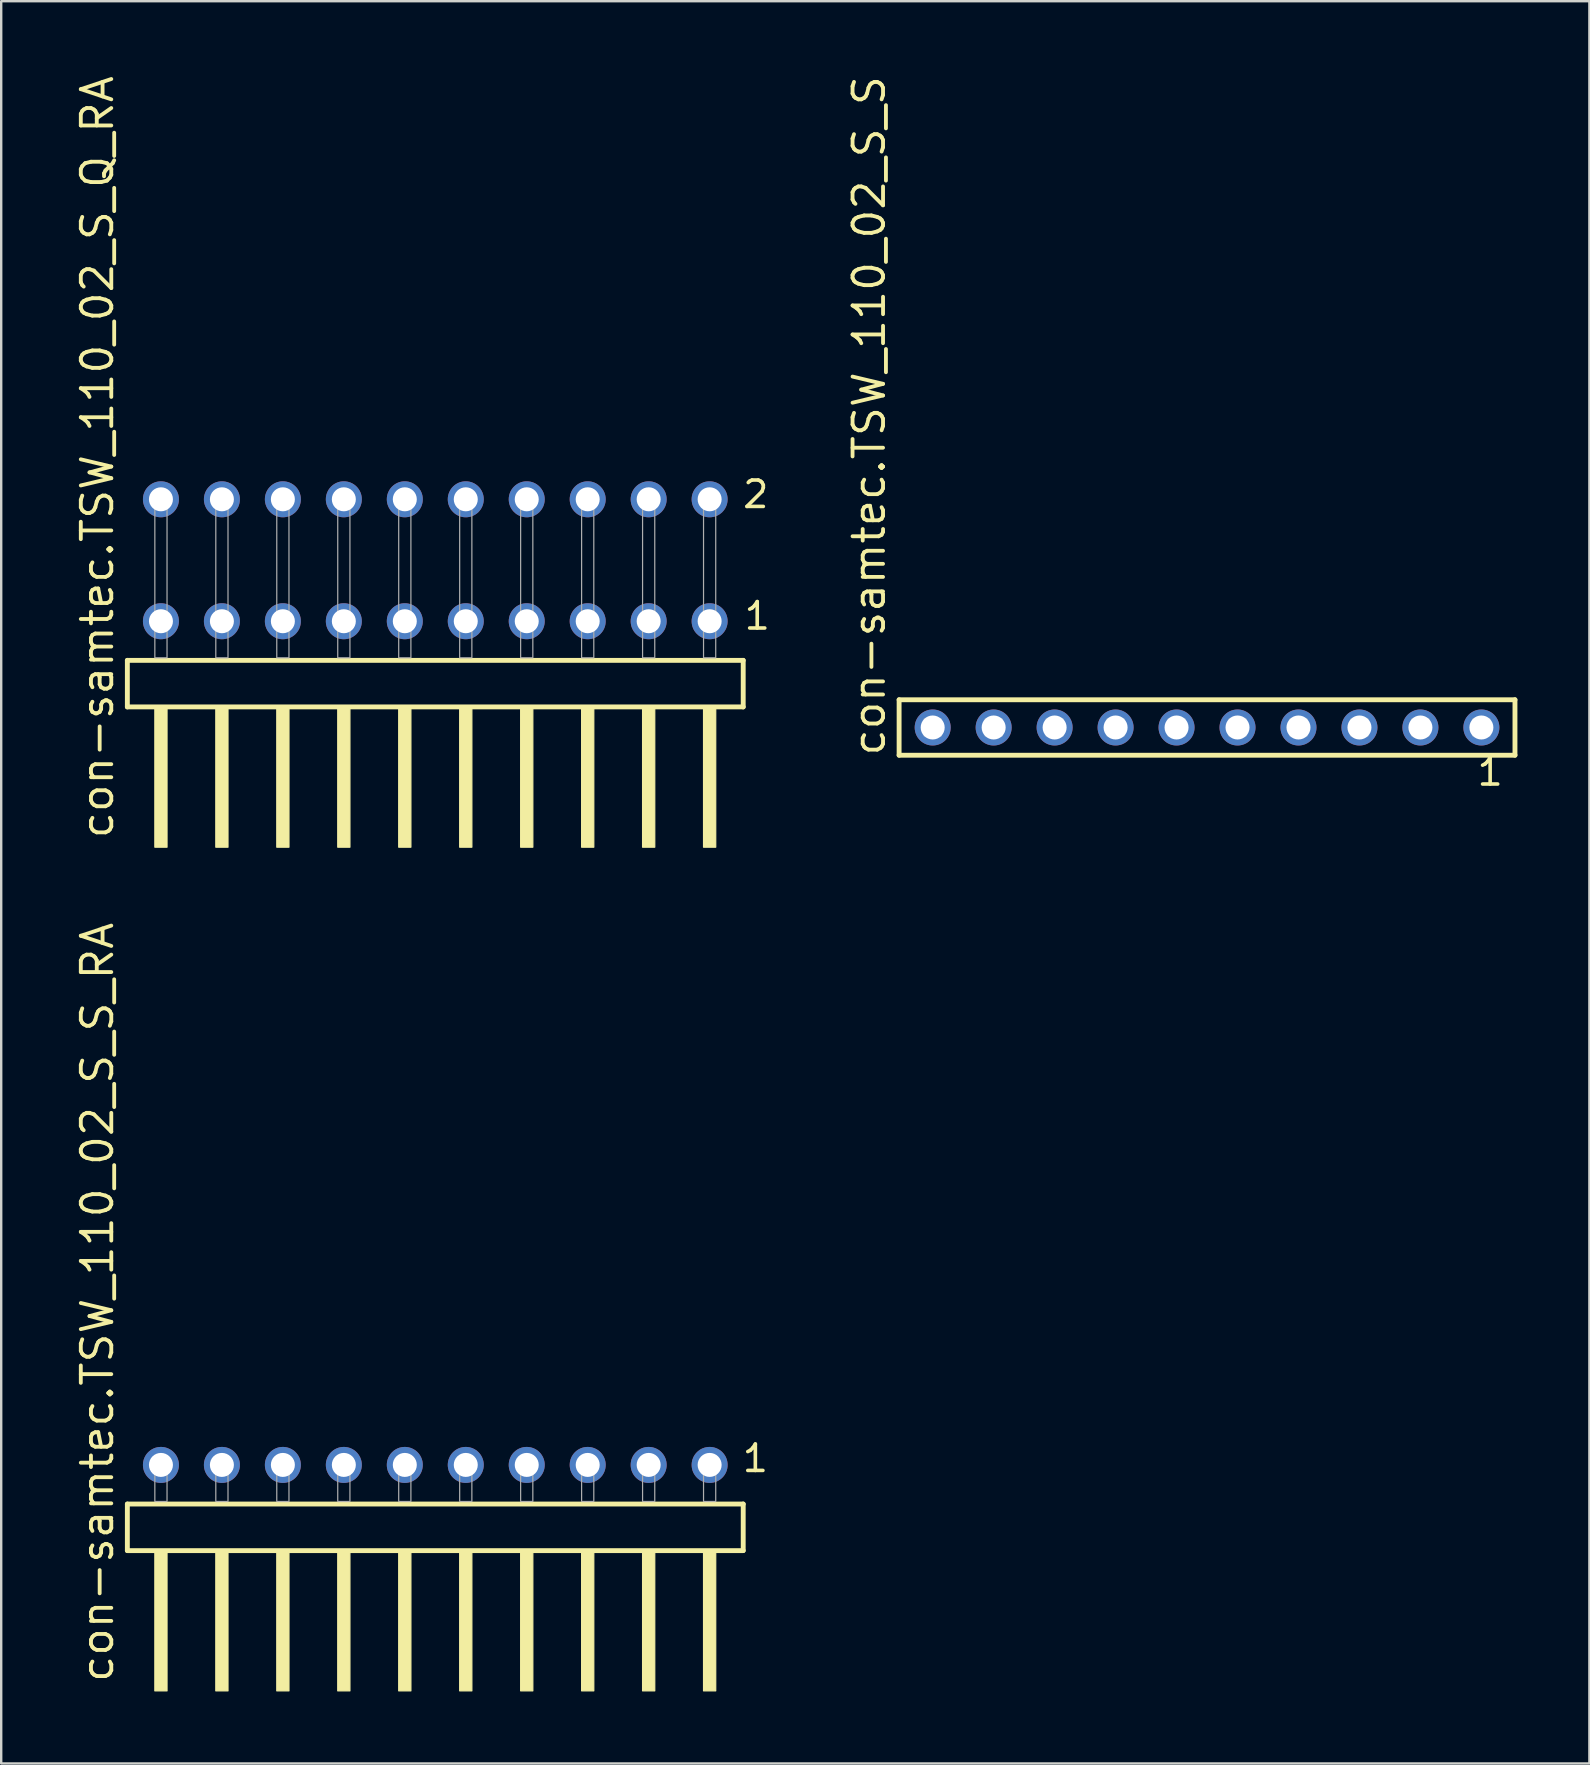
<source format=kicad_pcb>
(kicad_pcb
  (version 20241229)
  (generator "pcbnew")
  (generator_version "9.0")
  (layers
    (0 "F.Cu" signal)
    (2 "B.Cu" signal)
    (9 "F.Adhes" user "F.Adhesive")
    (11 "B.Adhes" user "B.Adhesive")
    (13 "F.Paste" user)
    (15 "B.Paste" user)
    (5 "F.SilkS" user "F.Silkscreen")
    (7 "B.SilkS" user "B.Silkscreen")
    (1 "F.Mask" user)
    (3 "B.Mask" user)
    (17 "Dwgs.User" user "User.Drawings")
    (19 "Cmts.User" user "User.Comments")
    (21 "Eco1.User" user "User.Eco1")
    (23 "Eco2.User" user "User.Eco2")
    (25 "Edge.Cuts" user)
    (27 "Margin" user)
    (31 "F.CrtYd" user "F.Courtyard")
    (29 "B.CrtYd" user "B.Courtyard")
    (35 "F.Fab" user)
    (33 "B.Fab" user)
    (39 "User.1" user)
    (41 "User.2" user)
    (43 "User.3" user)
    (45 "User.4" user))
  (footprint "con-samtec.TSW_110_02_S_S"
    (layer "F.Cu")
    (at 47.238 27.259)
    (property "Reference" "con-samtec.TSW_110_02_S_S" (at -13.335 1.27 90) (layer "F.SilkS") (effects (font (size 1.27 1.27) (thickness 0.16)) (justify left bottom)))
    (attr through_hole)
    (fp_line (start -12.829 -1.155) (end 12.829 -1.155) (stroke (width 0.203) (type default)) (layer "F.SilkS"))
    (fp_line (start -12.829 1.155) (end -12.829 -1.155) (stroke (width 0.203) (type default)) (layer "F.SilkS"))
    (fp_line (start 12.829 -1.155) (end 12.829 1.155) (stroke (width 0.203) (type default)) (layer "F.SilkS"))
    (fp_line (start 12.829 1.155) (end -12.829 1.155) (stroke (width 0.203) (type default)) (layer "F.SilkS"))
    (fp_rect (start -11.78 0.35) (end -11.08 -0.35) (stroke (width 0.05) (type default)) (fill no) (layer "F.Fab"))
    (fp_rect (start -9.24 0.35) (end -8.54 -0.35) (stroke (width 0.05) (type default)) (fill no) (layer "F.Fab"))
    (fp_rect (start -6.7 0.35) (end -6 -0.35) (stroke (width 0.05) (type default)) (fill no) (layer "F.Fab"))
    (fp_rect (start -4.16 0.35) (end -3.46 -0.35) (stroke (width 0.05) (type default)) (fill no) (layer "F.Fab"))
    (fp_rect (start -1.62 0.35) (end -0.92 -0.35) (stroke (width 0.05) (type default)) (fill no) (layer "F.Fab"))
    (fp_rect (start 0.92 0.35) (end 1.62 -0.35) (stroke (width 0.05) (type default)) (fill no) (layer "F.Fab"))
    (fp_rect (start 3.46 0.35) (end 4.16 -0.35) (stroke (width 0.05) (type default)) (fill no) (layer "F.Fab"))
    (fp_rect (start 6 0.35) (end 6.7 -0.35) (stroke (width 0.05) (type default)) (fill no) (layer "F.Fab"))
    (fp_rect (start 8.54 0.35) (end 9.24 -0.35) (stroke (width 0.05) (type default)) (fill no) (layer "F.Fab"))
    (fp_rect (start 11.08 0.35) (end 11.78 -0.35) (stroke (width 0.05) (type default)) (fill no) (layer "F.Fab"))
    (fp_text user "1" (at 11.172 2.498 0) (layer "F.SilkS") (effects (font (size 1.1 1.1) (thickness 0.15)) (justify left bottom)))
    (pad "1" thru_hole circle (at 11.43 0 180) (size 1.5 1.5) (drill 1) (layers "*.Cu" "*.Mask"))
    (pad "2" thru_hole circle (at 8.89 0 180) (size 1.5 1.5) (drill 1) (layers "*.Cu" "*.Mask"))
    (pad "3" thru_hole circle (at 6.35 0 180) (size 1.5 1.5) (drill 1) (layers "*.Cu" "*.Mask"))
    (pad "4" thru_hole circle (at 3.81 0 180) (size 1.5 1.5) (drill 1) (layers "*.Cu" "*.Mask"))
    (pad "5" thru_hole circle (at 1.27 0 180) (size 1.5 1.5) (drill 1) (layers "*.Cu" "*.Mask"))
    (pad "6" thru_hole circle (at -1.27 0 180) (size 1.5 1.5) (drill 1) (layers "*.Cu" "*.Mask"))
    (pad "7" thru_hole circle (at -3.81 0 180) (size 1.5 1.5) (drill 1) (layers "*.Cu" "*.Mask"))
    (pad "8" thru_hole circle (at -6.35 0 180) (size 1.5 1.5) (drill 1) (layers "*.Cu" "*.Mask"))
    (pad "9" thru_hole circle (at -8.89 0 180) (size 1.5 1.5) (drill 1) (layers "*.Cu" "*.Mask"))
    (pad "10" thru_hole circle (at -11.43 0 180) (size 1.5 1.5) (drill 1) (layers "*.Cu" "*.Mask")))
  (footprint "con-samtec.TSW_110_02_S_Q_RA"
    (layer "F.Cu")
    (at 15.085 24.356)
    (property "Reference" "con-samtec.TSW_110_02_S_Q_RA" (at -13.335 7.62 90) (layer "F.SilkS") (effects (font (size 1.27 1.27) (thickness 0.16)) (justify left bottom)))
    (attr through_hole)
    (fp_line (start -12.829 0.106) (end -12.829 2.046) (stroke (width 0.203) (type default)) (layer "F.SilkS"))
    (fp_line (start -12.829 2.046) (end 12.829 2.046) (stroke (width 0.203) (type default)) (layer "F.SilkS"))
    (fp_line (start 12.829 0.106) (end -12.829 0.106) (stroke (width 0.203) (type default)) (layer "F.SilkS"))
    (fp_line (start 12.829 2.046) (end 12.829 0.106) (stroke (width 0.203) (type default)) (layer "F.SilkS"))
    (fp_rect (start -11.684 7.89) (end -11.176 2.04) (stroke (width 0.05) (type default)) (fill yes) (layer "F.SilkS"))
    (fp_rect (start -9.144 7.89) (end -8.636 2.04) (stroke (width 0.05) (type default)) (fill yes) (layer "F.SilkS"))
    (fp_rect (start -6.604 7.89) (end -6.096 2.04) (stroke (width 0.05) (type default)) (fill yes) (layer "F.SilkS"))
    (fp_rect (start -4.064 7.89) (end -3.556 2.04) (stroke (width 0.05) (type default)) (fill yes) (layer "F.SilkS"))
    (fp_rect (start -1.524 7.89) (end -1.016 2.04) (stroke (width 0.05) (type default)) (fill yes) (layer "F.SilkS"))
    (fp_rect (start 1.016 7.89) (end 1.524 2.04) (stroke (width 0.05) (type default)) (fill yes) (layer "F.SilkS"))
    (fp_rect (start 3.556 7.89) (end 4.064 2.04) (stroke (width 0.05) (type default)) (fill yes) (layer "F.SilkS"))
    (fp_rect (start 6.096 7.89) (end 6.604 2.04) (stroke (width 0.05) (type default)) (fill yes) (layer "F.SilkS"))
    (fp_rect (start 8.636 7.89) (end 9.144 2.04) (stroke (width 0.05) (type default)) (fill yes) (layer "F.SilkS"))
    (fp_rect (start 11.176 7.89) (end 11.684 2.04) (stroke (width 0.05) (type default)) (fill yes) (layer "F.SilkS"))
    (fp_rect (start -11.684 0) (end -11.176 -6.858) (stroke (width 0.05) (type default)) (fill no) (layer "F.Fab"))
    (fp_rect (start -9.144 0) (end -8.636 -6.858) (stroke (width 0.05) (type default)) (fill no) (layer "F.Fab"))
    (fp_rect (start -6.604 0) (end -6.096 -6.858) (stroke (width 0.05) (type default)) (fill no) (layer "F.Fab"))
    (fp_rect (start -4.064 0) (end -3.556 -6.858) (stroke (width 0.05) (type default)) (fill no) (layer "F.Fab"))
    (fp_rect (start -1.524 0) (end -1.016 -6.858) (stroke (width 0.05) (type default)) (fill no) (layer "F.Fab"))
    (fp_rect (start 1.016 0) (end 1.524 -6.858) (stroke (width 0.05) (type default)) (fill no) (layer "F.Fab"))
    (fp_rect (start 3.556 0) (end 4.064 -6.858) (stroke (width 0.05) (type default)) (fill no) (layer "F.Fab"))
    (fp_rect (start 6.096 0) (end 6.604 -6.858) (stroke (width 0.05) (type default)) (fill no) (layer "F.Fab"))
    (fp_rect (start 8.636 0) (end 9.144 -6.858) (stroke (width 0.05) (type default)) (fill no) (layer "F.Fab"))
    (fp_rect (start 11.176 0) (end 11.684 -6.858) (stroke (width 0.05) (type default)) (fill no) (layer "F.Fab"))
    (fp_text user "1" (at 12.79 -1.1 0) (layer "F.SilkS") (effects (font (size 1.1 1.1) (thickness 0.15)) (justify left bottom)))
    (fp_text user "2" (at 12.73 -6.165 0) (layer "F.SilkS") (effects (font (size 1.1 1.1) (thickness 0.15)) (justify left bottom)))
    (pad "1" thru_hole circle (at 11.43 -1.524 180) (size 1.5 1.5) (drill 1) (layers "*.Cu" "*.Mask"))
    (pad "2" thru_hole circle (at 11.43 -6.604 180) (size 1.5 1.5) (drill 1) (layers "*.Cu" "*.Mask"))
    (pad "3" thru_hole circle (at 8.89 -1.524 180) (size 1.5 1.5) (drill 1) (layers "*.Cu" "*.Mask"))
    (pad "4" thru_hole circle (at 8.89 -6.604 180) (size 1.5 1.5) (drill 1) (layers "*.Cu" "*.Mask"))
    (pad "5" thru_hole circle (at 6.35 -1.524 180) (size 1.5 1.5) (drill 1) (layers "*.Cu" "*.Mask"))
    (pad "6" thru_hole circle (at 6.35 -6.604 180) (size 1.5 1.5) (drill 1) (layers "*.Cu" "*.Mask"))
    (pad "7" thru_hole circle (at 3.81 -1.524 180) (size 1.5 1.5) (drill 1) (layers "*.Cu" "*.Mask"))
    (pad "8" thru_hole circle (at 3.81 -6.604 180) (size 1.5 1.5) (drill 1) (layers "*.Cu" "*.Mask"))
    (pad "9" thru_hole circle (at 1.27 -1.524 180) (size 1.5 1.5) (drill 1) (layers "*.Cu" "*.Mask"))
    (pad "10" thru_hole circle (at 1.27 -6.604 180) (size 1.5 1.5) (drill 1) (layers "*.Cu" "*.Mask"))
    (pad "11" thru_hole circle (at -1.27 -1.524 180) (size 1.5 1.5) (drill 1) (layers "*.Cu" "*.Mask"))
    (pad "12" thru_hole circle (at -1.27 -6.604 180) (size 1.5 1.5) (drill 1) (layers "*.Cu" "*.Mask"))
    (pad "13" thru_hole circle (at -3.81 -1.524 180) (size 1.5 1.5) (drill 1) (layers "*.Cu" "*.Mask"))
    (pad "14" thru_hole circle (at -3.81 -6.604 180) (size 1.5 1.5) (drill 1) (layers "*.Cu" "*.Mask"))
    (pad "15" thru_hole circle (at -6.35 -1.524 180) (size 1.5 1.5) (drill 1) (layers "*.Cu" "*.Mask"))
    (pad "16" thru_hole circle (at -6.35 -6.604 180) (size 1.5 1.5) (drill 1) (layers "*.Cu" "*.Mask"))
    (pad "17" thru_hole circle (at -8.89 -1.524 180) (size 1.5 1.5) (drill 1) (layers "*.Cu" "*.Mask"))
    (pad "18" thru_hole circle (at -8.89 -6.604 180) (size 1.5 1.5) (drill 1) (layers "*.Cu" "*.Mask"))
    (pad "19" thru_hole circle (at -11.43 -1.524 180) (size 1.5 1.5) (drill 1) (layers "*.Cu" "*.Mask"))
    (pad "20" thru_hole circle (at -11.43 -6.604 180) (size 1.5 1.5) (drill 1) (layers "*.Cu" "*.Mask")))
  (footprint "con-samtec.TSW_110_02_S_S_RA"
    (layer "F.Cu")
    (at 15.085 59.506)
    (property "Reference" "con-samtec.TSW_110_02_S_S_RA" (at -13.335 7.62 90) (layer "F.SilkS") (effects (font (size 1.27 1.27) (thickness 0.16)) (justify left bottom)))
    (attr through_hole)
    (fp_line (start -12.829 0.106) (end -12.829 2.046) (stroke (width 0.203) (type default)) (layer "F.SilkS"))
    (fp_line (start -12.829 2.046) (end 12.829 2.046) (stroke (width 0.203) (type default)) (layer "F.SilkS"))
    (fp_line (start 12.829 0.106) (end -12.829 0.106) (stroke (width 0.203) (type default)) (layer "F.SilkS"))
    (fp_line (start 12.829 2.046) (end 12.829 0.106) (stroke (width 0.203) (type default)) (layer "F.SilkS"))
    (fp_rect (start -11.684 7.89) (end -11.176 2.04) (stroke (width 0.05) (type default)) (fill yes) (layer "F.SilkS"))
    (fp_rect (start -9.144 7.89) (end -8.636 2.04) (stroke (width 0.05) (type default)) (fill yes) (layer "F.SilkS"))
    (fp_rect (start -6.604 7.89) (end -6.096 2.04) (stroke (width 0.05) (type default)) (fill yes) (layer "F.SilkS"))
    (fp_rect (start -4.064 7.89) (end -3.556 2.04) (stroke (width 0.05) (type default)) (fill yes) (layer "F.SilkS"))
    (fp_rect (start -1.524 7.89) (end -1.016 2.04) (stroke (width 0.05) (type default)) (fill yes) (layer "F.SilkS"))
    (fp_rect (start 1.016 7.89) (end 1.524 2.04) (stroke (width 0.05) (type default)) (fill yes) (layer "F.SilkS"))
    (fp_rect (start 3.556 7.89) (end 4.064 2.04) (stroke (width 0.05) (type default)) (fill yes) (layer "F.SilkS"))
    (fp_rect (start 6.096 7.89) (end 6.604 2.04) (stroke (width 0.05) (type default)) (fill yes) (layer "F.SilkS"))
    (fp_rect (start 8.636 7.89) (end 9.144 2.04) (stroke (width 0.05) (type default)) (fill yes) (layer "F.SilkS"))
    (fp_rect (start 11.176 7.89) (end 11.684 2.04) (stroke (width 0.05) (type default)) (fill yes) (layer "F.SilkS"))
    (fp_rect (start -11.684 0) (end -11.176 -1.778) (stroke (width 0.05) (type default)) (fill no) (layer "F.Fab"))
    (fp_rect (start -9.144 0) (end -8.636 -1.778) (stroke (width 0.05) (type default)) (fill no) (layer "F.Fab"))
    (fp_rect (start -6.604 0) (end -6.096 -1.778) (stroke (width 0.05) (type default)) (fill no) (layer "F.Fab"))
    (fp_rect (start -4.064 0) (end -3.556 -1.778) (stroke (width 0.05) (type default)) (fill no) (layer "F.Fab"))
    (fp_rect (start -1.524 0) (end -1.016 -1.778) (stroke (width 0.05) (type default)) (fill no) (layer "F.Fab"))
    (fp_rect (start 1.016 0) (end 1.524 -1.778) (stroke (width 0.05) (type default)) (fill no) (layer "F.Fab"))
    (fp_rect (start 3.556 0) (end 4.064 -1.778) (stroke (width 0.05) (type default)) (fill no) (layer "F.Fab"))
    (fp_rect (start 6.096 0) (end 6.604 -1.778) (stroke (width 0.05) (type default)) (fill no) (layer "F.Fab"))
    (fp_rect (start 8.636 0) (end 9.144 -1.778) (stroke (width 0.05) (type default)) (fill no) (layer "F.Fab"))
    (fp_rect (start 11.176 0) (end 11.684 -1.778) (stroke (width 0.05) (type default)) (fill no) (layer "F.Fab"))
    (fp_text user "1" (at 12.712 -1.152 0) (layer "F.SilkS") (effects (font (size 1.1 1.1) (thickness 0.15)) (justify left bottom)))
    (pad "1" thru_hole circle (at 11.43 -1.524 180) (size 1.5 1.5) (drill 1) (layers "*.Cu" "*.Mask"))
    (pad "2" thru_hole circle (at 8.89 -1.524 180) (size 1.5 1.5) (drill 1) (layers "*.Cu" "*.Mask"))
    (pad "3" thru_hole circle (at 6.35 -1.524 180) (size 1.5 1.5) (drill 1) (layers "*.Cu" "*.Mask"))
    (pad "4" thru_hole circle (at 3.81 -1.524 180) (size 1.5 1.5) (drill 1) (layers "*.Cu" "*.Mask"))
    (pad "5" thru_hole circle (at 1.27 -1.524 180) (size 1.5 1.5) (drill 1) (layers "*.Cu" "*.Mask"))
    (pad "6" thru_hole circle (at -1.27 -1.524 180) (size 1.5 1.5) (drill 1) (layers "*.Cu" "*.Mask"))
    (pad "7" thru_hole circle (at -3.81 -1.524 180) (size 1.5 1.5) (drill 1) (layers "*.Cu" "*.Mask"))
    (pad "8" thru_hole circle (at -6.35 -1.524 180) (size 1.5 1.5) (drill 1) (layers "*.Cu" "*.Mask"))
    (pad "9" thru_hole circle (at -8.89 -1.524 180) (size 1.5 1.5) (drill 1) (layers "*.Cu" "*.Mask"))
    (pad "10" thru_hole circle (at -11.43 -1.524 180) (size 1.5 1.5) (drill 1) (layers "*.Cu" "*.Mask")))
  (gr_rect
    (start -3 -3)
    (end 63.168 70.421)
    (stroke (width 0.1) (type default))
    (fill no)
    (layer "Edge.Cuts")))
</source>
